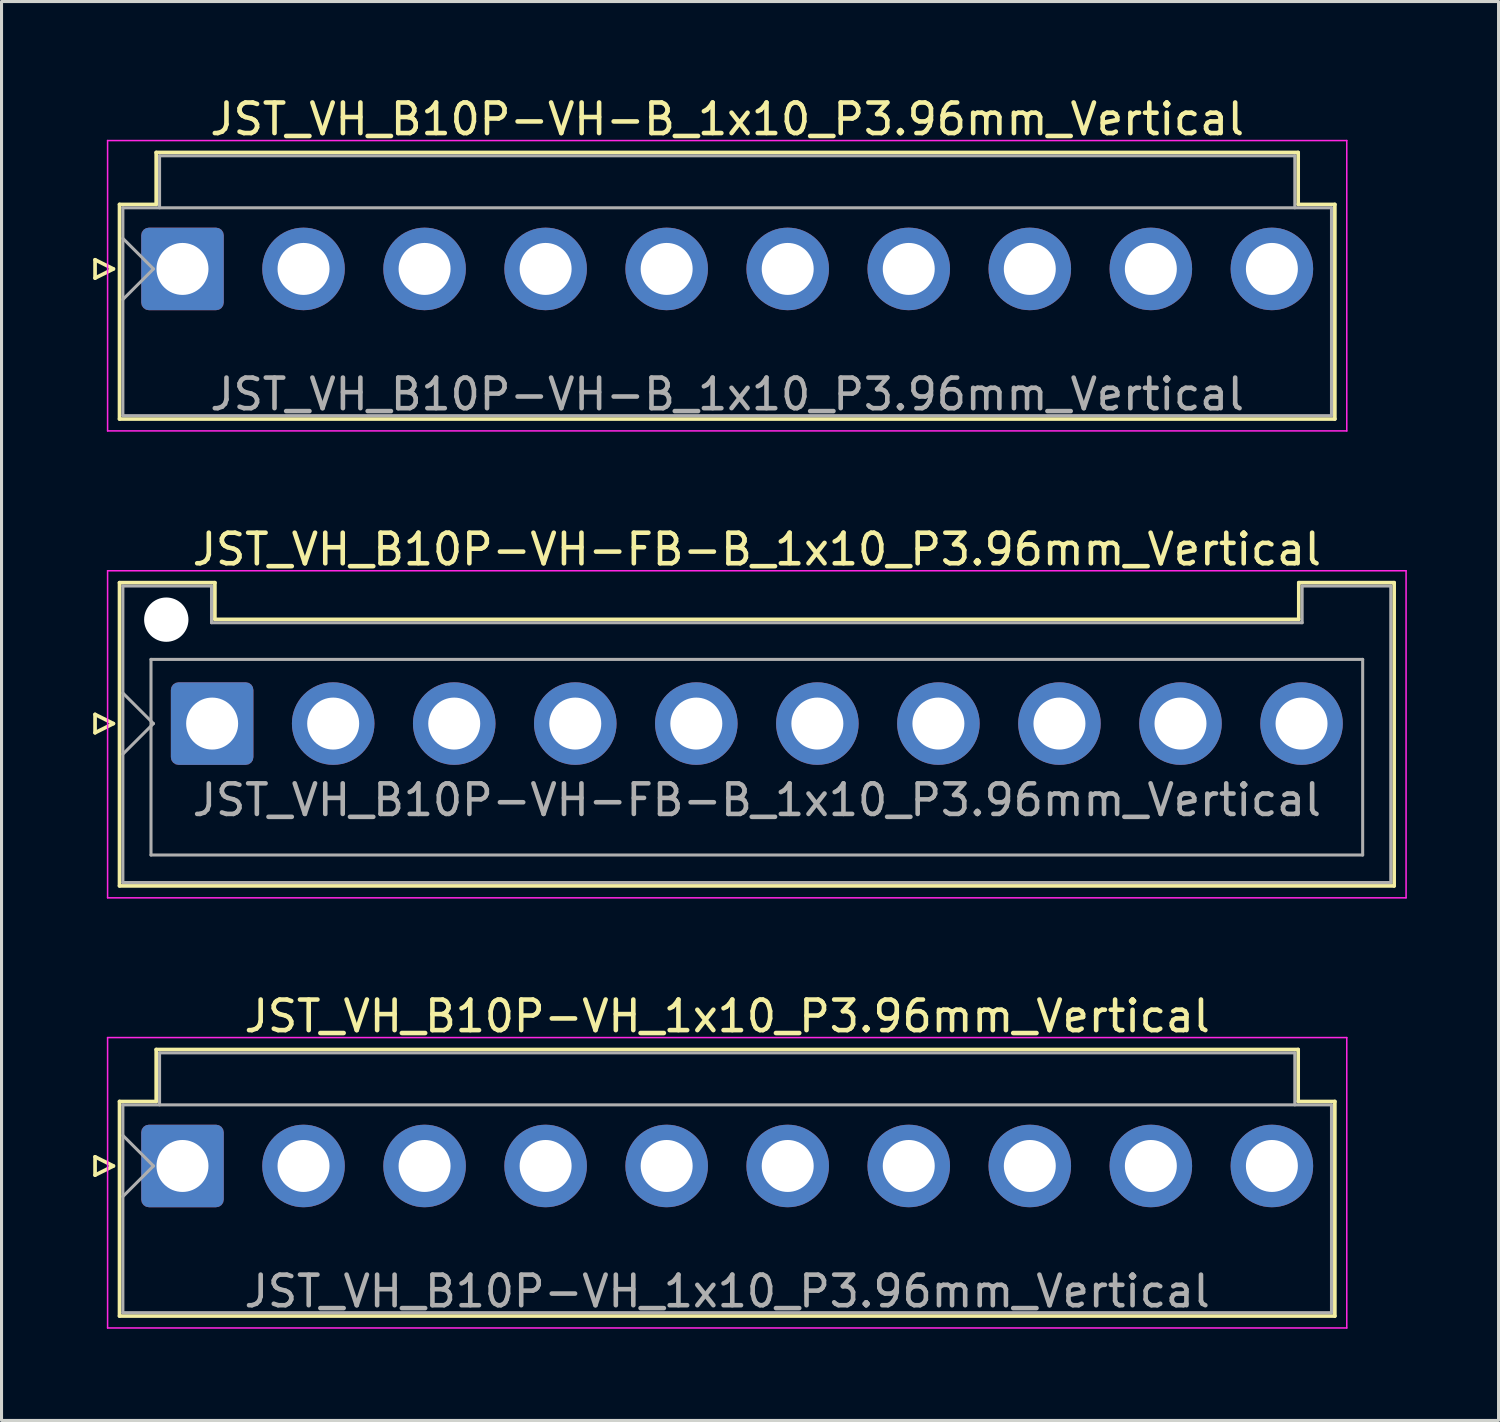
<source format=kicad_pcb>
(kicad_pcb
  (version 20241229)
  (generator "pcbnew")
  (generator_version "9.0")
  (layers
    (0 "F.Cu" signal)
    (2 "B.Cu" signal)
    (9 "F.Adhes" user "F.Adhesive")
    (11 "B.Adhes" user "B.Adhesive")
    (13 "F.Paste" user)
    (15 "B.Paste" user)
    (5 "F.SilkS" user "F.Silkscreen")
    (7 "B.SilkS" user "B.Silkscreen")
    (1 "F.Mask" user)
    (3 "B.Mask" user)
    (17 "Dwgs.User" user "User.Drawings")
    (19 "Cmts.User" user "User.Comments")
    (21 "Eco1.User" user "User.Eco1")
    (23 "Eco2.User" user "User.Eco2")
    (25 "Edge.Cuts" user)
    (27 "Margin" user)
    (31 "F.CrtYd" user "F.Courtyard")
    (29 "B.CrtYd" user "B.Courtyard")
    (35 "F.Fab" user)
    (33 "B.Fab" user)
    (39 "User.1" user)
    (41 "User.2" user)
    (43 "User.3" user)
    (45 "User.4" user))
  (footprint "JST_VH_B10P-VH-B_1x10_P3.96mm_Vertical"
    (layer "F.Cu")
    (at 2.92 5.748)
    (property "Reference" "JST_VH_B10P-VH-B_1x10_P3.96mm_Vertical" (at 17.82 -4.9 0) (layer "F.SilkS") (effects (font (size 1 1) (thickness 0.15))))
    (attr through_hole)
    (fp_line (start -2.86 -0.3) (end -2.26 0) (stroke (width 0.12) (type solid)) (layer "F.SilkS"))
    (fp_line (start -2.86 0.3) (end -2.86 -0.3) (stroke (width 0.12) (type solid)) (layer "F.SilkS"))
    (fp_line (start -2.26 0) (end -2.86 0.3) (stroke (width 0.12) (type solid)) (layer "F.SilkS"))
    (fp_line (start -2.06 -2.11) (end -0.86 -2.11) (stroke (width 0.12) (type solid)) (layer "F.SilkS"))
    (fp_line (start -2.06 4.91) (end -2.06 -2.11) (stroke (width 0.12) (type solid)) (layer "F.SilkS"))
    (fp_line (start -0.86 -3.81) (end 36.5 -3.81) (stroke (width 0.12) (type solid)) (layer "F.SilkS"))
    (fp_line (start -0.86 -2.11) (end -0.86 -3.81) (stroke (width 0.12) (type solid)) (layer "F.SilkS"))
    (fp_line (start 36.5 -3.81) (end 36.5 -2.11) (stroke (width 0.12) (type solid)) (layer "F.SilkS"))
    (fp_line (start 36.5 -2.11) (end 37.7 -2.11) (stroke (width 0.12) (type solid)) (layer "F.SilkS"))
    (fp_line (start 37.7 -2.11) (end 37.7 4.91) (stroke (width 0.12) (type solid)) (layer "F.SilkS"))
    (fp_line (start 37.7 4.91) (end -2.06 4.91) (stroke (width 0.12) (type solid)) (layer "F.SilkS"))
    (fp_line (start -2.45 -4.2) (end -2.45 5.3) (stroke (width 0.05) (type solid)) (layer "F.CrtYd"))
    (fp_line (start -2.45 5.3) (end 38.09 5.3) (stroke (width 0.05) (type solid)) (layer "F.CrtYd"))
    (fp_line (start 38.09 -4.2) (end -2.45 -4.2) (stroke (width 0.05) (type solid)) (layer "F.CrtYd"))
    (fp_line (start 38.09 5.3) (end 38.09 -4.2) (stroke (width 0.05) (type solid)) (layer "F.CrtYd"))
    (fp_line (start -1.95 -2) (end -1.95 4.8) (stroke (width 0.1) (type solid)) (layer "F.Fab"))
    (fp_line (start -1.95 -1) (end -0.95 0) (stroke (width 0.1) (type solid)) (layer "F.Fab"))
    (fp_line (start -1.95 1) (end -0.95 0) (stroke (width 0.1) (type solid)) (layer "F.Fab"))
    (fp_line (start -1.95 4.8) (end 37.59 4.8) (stroke (width 0.1) (type solid)) (layer "F.Fab"))
    (fp_line (start -0.75 -3.7) (end 36.39 -3.7) (stroke (width 0.1) (type solid)) (layer "F.Fab"))
    (fp_line (start -0.75 -2) (end -0.75 -3.7) (stroke (width 0.1) (type solid)) (layer "F.Fab"))
    (fp_line (start 36.39 -3.7) (end 36.39 -2) (stroke (width 0.1) (type solid)) (layer "F.Fab"))
    (fp_line (start 37.59 -2) (end -1.95 -2) (stroke (width 0.1) (type solid)) (layer "F.Fab"))
    (fp_line (start 37.59 4.8) (end 37.59 -2) (stroke (width 0.1) (type solid)) (layer "F.Fab"))
    (fp_text user "${REFERENCE}" (at 17.82 4.1 0) (layer "F.Fab") (effects (font (size 1 1) (thickness 0.15))))
    (pad "1" thru_hole roundrect (at 0 0) (size 2.7 2.7) (drill 1.7) (layers "*.Cu" "*.Mask") (roundrect_rratio 0.093))
    (pad "2" thru_hole circle (at 3.96 0) (size 2.7 2.7) (drill 1.7) (layers "*.Cu" "*.Mask"))
    (pad "3" thru_hole circle (at 7.92 0) (size 2.7 2.7) (drill 1.7) (layers "*.Cu" "*.Mask"))
    (pad "4" thru_hole circle (at 11.88 0) (size 2.7 2.7) (drill 1.7) (layers "*.Cu" "*.Mask"))
    (pad "5" thru_hole circle (at 15.84 0) (size 2.7 2.7) (drill 1.7) (layers "*.Cu" "*.Mask"))
    (pad "6" thru_hole circle (at 19.8 0) (size 2.7 2.7) (drill 1.7) (layers "*.Cu" "*.Mask"))
    (pad "7" thru_hole circle (at 23.76 0) (size 2.7 2.7) (drill 1.7) (layers "*.Cu" "*.Mask"))
    (pad "8" thru_hole circle (at 27.72 0) (size 2.7 2.7) (drill 1.7) (layers "*.Cu" "*.Mask"))
    (pad "9" thru_hole circle (at 31.68 0) (size 2.7 2.7) (drill 1.7) (layers "*.Cu" "*.Mask"))
    (pad "10" thru_hole circle (at 35.64 0) (size 2.7 2.7) (drill 1.7) (layers "*.Cu" "*.Mask")))
  (footprint "JST_VH_B10P-VH_1x10_P3.96mm_Vertical"
    (layer "F.Cu")
    (at 2.92 35.095)
    (property "Reference" "JST_VH_B10P-VH_1x10_P3.96mm_Vertical" (at 17.82 -4.9 0) (layer "F.SilkS") (effects (font (size 1 1) (thickness 0.15))))
    (attr through_hole)
    (fp_line (start -2.86 -0.3) (end -2.26 0) (stroke (width 0.12) (type solid)) (layer "F.SilkS"))
    (fp_line (start -2.86 0.3) (end -2.86 -0.3) (stroke (width 0.12) (type solid)) (layer "F.SilkS"))
    (fp_line (start -2.26 0) (end -2.86 0.3) (stroke (width 0.12) (type solid)) (layer "F.SilkS"))
    (fp_line (start -2.06 -2.11) (end -0.86 -2.11) (stroke (width 0.12) (type solid)) (layer "F.SilkS"))
    (fp_line (start -2.06 4.91) (end -2.06 -2.11) (stroke (width 0.12) (type solid)) (layer "F.SilkS"))
    (fp_line (start -0.86 -3.81) (end 36.5 -3.81) (stroke (width 0.12) (type solid)) (layer "F.SilkS"))
    (fp_line (start -0.86 -2.11) (end -0.86 -3.81) (stroke (width 0.12) (type solid)) (layer "F.SilkS"))
    (fp_line (start 36.5 -3.81) (end 36.5 -2.11) (stroke (width 0.12) (type solid)) (layer "F.SilkS"))
    (fp_line (start 36.5 -2.11) (end 37.7 -2.11) (stroke (width 0.12) (type solid)) (layer "F.SilkS"))
    (fp_line (start 37.7 -2.11) (end 37.7 4.91) (stroke (width 0.12) (type solid)) (layer "F.SilkS"))
    (fp_line (start 37.7 4.91) (end -2.06 4.91) (stroke (width 0.12) (type solid)) (layer "F.SilkS"))
    (fp_line (start -2.45 -4.2) (end -2.45 5.3) (stroke (width 0.05) (type solid)) (layer "F.CrtYd"))
    (fp_line (start -2.45 5.3) (end 38.09 5.3) (stroke (width 0.05) (type solid)) (layer "F.CrtYd"))
    (fp_line (start 38.09 -4.2) (end -2.45 -4.2) (stroke (width 0.05) (type solid)) (layer "F.CrtYd"))
    (fp_line (start 38.09 5.3) (end 38.09 -4.2) (stroke (width 0.05) (type solid)) (layer "F.CrtYd"))
    (fp_line (start -1.95 -2) (end -1.95 4.8) (stroke (width 0.1) (type solid)) (layer "F.Fab"))
    (fp_line (start -1.95 -1) (end -0.95 0) (stroke (width 0.1) (type solid)) (layer "F.Fab"))
    (fp_line (start -1.95 1) (end -0.95 0) (stroke (width 0.1) (type solid)) (layer "F.Fab"))
    (fp_line (start -1.95 4.8) (end 37.59 4.8) (stroke (width 0.1) (type solid)) (layer "F.Fab"))
    (fp_line (start -0.75 -3.7) (end 36.39 -3.7) (stroke (width 0.1) (type solid)) (layer "F.Fab"))
    (fp_line (start -0.75 -2) (end -0.75 -3.7) (stroke (width 0.1) (type solid)) (layer "F.Fab"))
    (fp_line (start 36.39 -3.7) (end 36.39 -2) (stroke (width 0.1) (type solid)) (layer "F.Fab"))
    (fp_line (start 37.59 -2) (end -1.95 -2) (stroke (width 0.1) (type solid)) (layer "F.Fab"))
    (fp_line (start 37.59 4.8) (end 37.59 -2) (stroke (width 0.1) (type solid)) (layer "F.Fab"))
    (fp_text user "${REFERENCE}" (at 17.82 4.1 0) (layer "F.Fab") (effects (font (size 1 1) (thickness 0.15))))
    (pad "1" thru_hole roundrect (at 0 0) (size 2.7 2.7) (drill 1.7) (layers "*.Cu" "*.Mask") (roundrect_rratio 0.093))
    (pad "2" thru_hole circle (at 3.96 0) (size 2.7 2.7) (drill 1.7) (layers "*.Cu" "*.Mask"))
    (pad "3" thru_hole circle (at 7.92 0) (size 2.7 2.7) (drill 1.7) (layers "*.Cu" "*.Mask"))
    (pad "4" thru_hole circle (at 11.88 0) (size 2.7 2.7) (drill 1.7) (layers "*.Cu" "*.Mask"))
    (pad "5" thru_hole circle (at 15.84 0) (size 2.7 2.7) (drill 1.7) (layers "*.Cu" "*.Mask"))
    (pad "6" thru_hole circle (at 19.8 0) (size 2.7 2.7) (drill 1.7) (layers "*.Cu" "*.Mask"))
    (pad "7" thru_hole circle (at 23.76 0) (size 2.7 2.7) (drill 1.7) (layers "*.Cu" "*.Mask"))
    (pad "8" thru_hole circle (at 27.72 0) (size 2.7 2.7) (drill 1.7) (layers "*.Cu" "*.Mask"))
    (pad "9" thru_hole circle (at 31.68 0) (size 2.7 2.7) (drill 1.7) (layers "*.Cu" "*.Mask"))
    (pad "10" thru_hole circle (at 35.64 0) (size 2.7 2.7) (drill 1.7) (layers "*.Cu" "*.Mask")))
  (footprint "JST_VH_B10P-VH-FB-B_1x10_P3.96mm_Vertical"
    (layer "F.Cu")
    (at 3.89 20.622)
    (property "Reference" "JST_VH_B10P-VH-FB-B_1x10_P3.96mm_Vertical" (at 17.82 -5.7 0) (layer "F.SilkS") (effects (font (size 1 1) (thickness 0.15))))
    (attr through_hole)
    (fp_line (start -3.83 -0.3) (end -3.23 0) (stroke (width 0.12) (type solid)) (layer "F.SilkS"))
    (fp_line (start -3.83 0.3) (end -3.83 -0.3) (stroke (width 0.12) (type solid)) (layer "F.SilkS"))
    (fp_line (start -3.23 0) (end -3.83 0.3) (stroke (width 0.12) (type solid)) (layer "F.SilkS"))
    (fp_line (start -3.03 -4.61) (end 0.09 -4.61) (stroke (width 0.12) (type solid)) (layer "F.SilkS"))
    (fp_line (start -3.03 5.31) (end -3.03 -4.61) (stroke (width 0.12) (type solid)) (layer "F.SilkS"))
    (fp_line (start 0.09 -4.61) (end 0.09 -3.41) (stroke (width 0.12) (type solid)) (layer "F.SilkS"))
    (fp_line (start 0.09 -3.41) (end 35.55 -3.41) (stroke (width 0.12) (type solid)) (layer "F.SilkS"))
    (fp_line (start 35.55 -4.61) (end 38.67 -4.61) (stroke (width 0.12) (type solid)) (layer "F.SilkS"))
    (fp_line (start 35.55 -3.41) (end 35.55 -4.61) (stroke (width 0.12) (type solid)) (layer "F.SilkS"))
    (fp_line (start 38.67 -4.61) (end 38.67 5.31) (stroke (width 0.12) (type solid)) (layer "F.SilkS"))
    (fp_line (start 38.67 5.31) (end -3.03 5.31) (stroke (width 0.12) (type solid)) (layer "F.SilkS"))
    (fp_line (start -3.42 -5) (end -3.42 5.7) (stroke (width 0.05) (type solid)) (layer "F.CrtYd"))
    (fp_line (start -3.42 5.7) (end 39.06 5.7) (stroke (width 0.05) (type solid)) (layer "F.CrtYd"))
    (fp_line (start 39.06 -5) (end -3.42 -5) (stroke (width 0.05) (type solid)) (layer "F.CrtYd"))
    (fp_line (start 39.06 5.7) (end 39.06 -5) (stroke (width 0.05) (type solid)) (layer "F.CrtYd"))
    (fp_line (start -2.92 -4.5) (end -0.02 -4.5) (stroke (width 0.1) (type solid)) (layer "F.Fab"))
    (fp_line (start -2.92 -1) (end -1.92 0) (stroke (width 0.1) (type solid)) (layer "F.Fab"))
    (fp_line (start -2.92 1) (end -1.92 0) (stroke (width 0.1) (type solid)) (layer "F.Fab"))
    (fp_line (start -2.92 5.2) (end -2.92 -4.5) (stroke (width 0.1) (type solid)) (layer "F.Fab"))
    (fp_line (start -2 -2.1) (end 37.64 -2.1) (stroke (width 0.1) (type solid)) (layer "F.Fab"))
    (fp_line (start -2 4.3) (end -2 -2.1) (stroke (width 0.1) (type solid)) (layer "F.Fab"))
    (fp_line (start -0.02 -4.5) (end -0.02 -3.3) (stroke (width 0.1) (type solid)) (layer "F.Fab"))
    (fp_line (start -0.02 -3.3) (end 35.66 -3.3) (stroke (width 0.1) (type solid)) (layer "F.Fab"))
    (fp_line (start 35.66 -4.5) (end 38.56 -4.5) (stroke (width 0.1) (type solid)) (layer "F.Fab"))
    (fp_line (start 35.66 -3.3) (end 35.66 -4.5) (stroke (width 0.1) (type solid)) (layer "F.Fab"))
    (fp_line (start 37.64 -2.1) (end 37.64 4.3) (stroke (width 0.1) (type solid)) (layer "F.Fab"))
    (fp_line (start 37.64 4.3) (end -2 4.3) (stroke (width 0.1) (type solid)) (layer "F.Fab"))
    (fp_line (start 38.56 -4.5) (end 38.56 5.2) (stroke (width 0.1) (type solid)) (layer "F.Fab"))
    (fp_line (start 38.56 5.2) (end -2.92 5.2) (stroke (width 0.1) (type solid)) (layer "F.Fab"))
    (fp_text user "${REFERENCE}" (at 17.82 2.5 0) (layer "F.Fab") (effects (font (size 1 1) (thickness 0.15))))
    (pad "" np_thru_hole circle (at -1.5 -3.4) (size 1.45 1.45) (drill 1.45) (layers "*.Cu" "*.Mask"))
    (pad "1" thru_hole roundrect (at 0 0) (size 2.7 2.7) (drill 1.7) (layers "*.Cu" "*.Mask") (roundrect_rratio 0.093))
    (pad "2" thru_hole circle (at 3.96 0) (size 2.7 2.7) (drill 1.7) (layers "*.Cu" "*.Mask"))
    (pad "3" thru_hole circle (at 7.92 0) (size 2.7 2.7) (drill 1.7) (layers "*.Cu" "*.Mask"))
    (pad "4" thru_hole circle (at 11.88 0) (size 2.7 2.7) (drill 1.7) (layers "*.Cu" "*.Mask"))
    (pad "5" thru_hole circle (at 15.84 0) (size 2.7 2.7) (drill 1.7) (layers "*.Cu" "*.Mask"))
    (pad "6" thru_hole circle (at 19.8 0) (size 2.7 2.7) (drill 1.7) (layers "*.Cu" "*.Mask"))
    (pad "7" thru_hole circle (at 23.76 0) (size 2.7 2.7) (drill 1.7) (layers "*.Cu" "*.Mask"))
    (pad "8" thru_hole circle (at 27.72 0) (size 2.7 2.7) (drill 1.7) (layers "*.Cu" "*.Mask"))
    (pad "9" thru_hole circle (at 31.68 0) (size 2.7 2.7) (drill 1.7) (layers "*.Cu" "*.Mask"))
    (pad "10" thru_hole circle (at 35.64 0) (size 2.7 2.7) (drill 1.7) (layers "*.Cu" "*.Mask")))
  (gr_rect
    (start -3 -3)
    (end 45.975 43.42)
    (stroke (width 0.1) (type default))
    (fill no)
    (layer "Edge.Cuts")))
</source>
